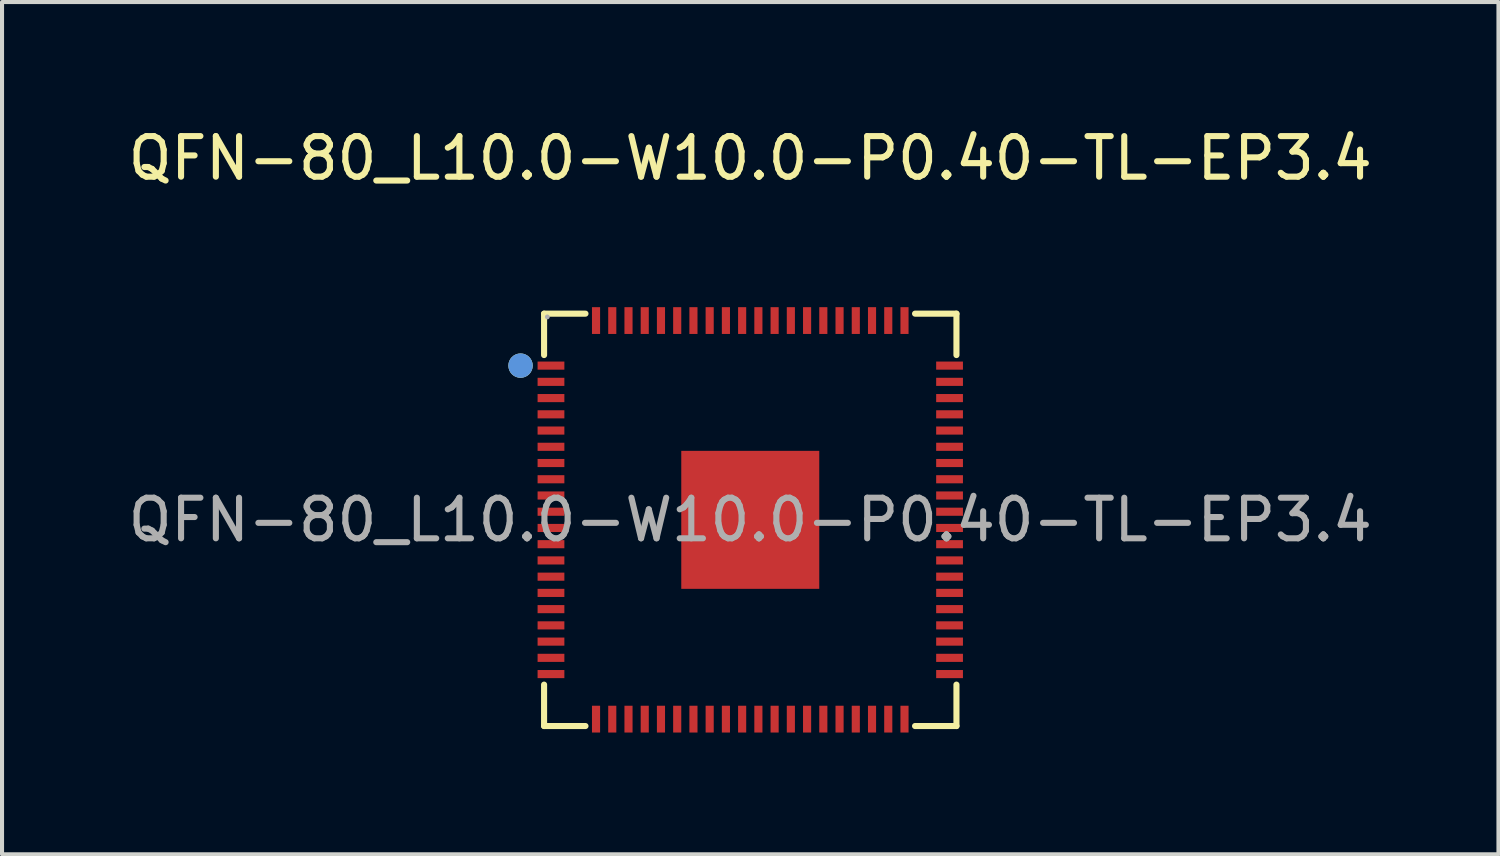
<source format=kicad_pcb>
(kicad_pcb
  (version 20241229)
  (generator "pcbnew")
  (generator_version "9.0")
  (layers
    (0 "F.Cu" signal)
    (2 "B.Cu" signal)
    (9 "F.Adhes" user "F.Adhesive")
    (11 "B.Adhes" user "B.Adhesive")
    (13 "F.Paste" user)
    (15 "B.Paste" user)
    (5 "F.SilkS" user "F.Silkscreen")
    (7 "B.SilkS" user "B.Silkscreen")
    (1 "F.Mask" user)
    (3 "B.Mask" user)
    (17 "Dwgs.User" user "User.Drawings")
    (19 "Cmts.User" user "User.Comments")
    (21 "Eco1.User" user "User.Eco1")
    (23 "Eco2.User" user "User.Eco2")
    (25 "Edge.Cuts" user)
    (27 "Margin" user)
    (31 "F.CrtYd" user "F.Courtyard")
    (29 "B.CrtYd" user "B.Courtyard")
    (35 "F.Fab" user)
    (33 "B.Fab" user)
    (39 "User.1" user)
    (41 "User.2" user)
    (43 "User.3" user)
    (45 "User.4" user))
  (footprint "QFN-80_L10.0-W10.0-P0.40-TL-EP3.4"
    (layer "F.Cu")
    (at 15.435 9.758)
    (property "Reference" "QFN-80_L10.0-W10.0-P0.40-TL-EP3.4" (at 0 -8.91 0) (layer "F.SilkS") (effects (font (size 1 1) (thickness 0.15))))
    (attr smd)
    (fp_line (start -5.08 -5.08) (end -4.06 -5.08) (stroke (width 0.15) (type solid)) (layer "F.SilkS"))
    (fp_line (start -5.08 -4.06) (end -5.08 -5.08) (stroke (width 0.15) (type solid)) (layer "F.SilkS"))
    (fp_line (start -5.08 4.06) (end -5.08 5.08) (stroke (width 0.15) (type solid)) (layer "F.SilkS"))
    (fp_line (start -5.08 5.08) (end -4.06 5.08) (stroke (width 0.15) (type solid)) (layer "F.SilkS"))
    (fp_line (start 5.08 -5.08) (end 4.06 -5.08) (stroke (width 0.15) (type solid)) (layer "F.SilkS"))
    (fp_line (start 5.08 -4.06) (end 5.08 -5.08) (stroke (width 0.15) (type solid)) (layer "F.SilkS"))
    (fp_line (start 5.08 4.06) (end 5.08 5.08) (stroke (width 0.15) (type solid)) (layer "F.SilkS"))
    (fp_line (start 5.08 5.08) (end 4.06 5.08) (stroke (width 0.15) (type solid)) (layer "F.SilkS"))
    (fp_circle (center -5.66 -3.8) (end -5.51 -3.8) (stroke (width 0.3) (type solid)) (fill no) (layer "F.SilkS"))
    (fp_circle (center -5.66 -3.8) (end -5.51 -3.8) (stroke (width 0.3) (type solid)) (fill no) (layer "Cmts.User"))
    (fp_circle (center -5 -5) (end -4.97 -5) (stroke (width 0.06) (type solid)) (fill no) (layer "F.Fab"))
    (fp_text user "${REFERENCE}" (at 0 0 0) (layer "F.Fab") (effects (font (size 1 1) (thickness 0.15))))
    (pad "1" smd rect (at -4.91 -3.8) (size 0.66 0.2) (layers "F.Cu" "F.Mask" "F.Paste"))
    (pad "2" smd rect (at -4.91 -3.4) (size 0.66 0.2) (layers "F.Cu" "F.Mask" "F.Paste"))
    (pad "3" smd rect (at -4.91 -3) (size 0.66 0.2) (layers "F.Cu" "F.Mask" "F.Paste"))
    (pad "4" smd rect (at -4.91 -2.6) (size 0.66 0.2) (layers "F.Cu" "F.Mask" "F.Paste"))
    (pad "5" smd rect (at -4.91 -2.2) (size 0.66 0.2) (layers "F.Cu" "F.Mask" "F.Paste"))
    (pad "6" smd rect (at -4.91 -1.8) (size 0.66 0.2) (layers "F.Cu" "F.Mask" "F.Paste"))
    (pad "7" smd rect (at -4.91 -1.4) (size 0.66 0.2) (layers "F.Cu" "F.Mask" "F.Paste"))
    (pad "8" smd rect (at -4.91 -1) (size 0.66 0.2) (layers "F.Cu" "F.Mask" "F.Paste"))
    (pad "9" smd rect (at -4.91 -0.6) (size 0.66 0.2) (layers "F.Cu" "F.Mask" "F.Paste"))
    (pad "10" smd rect (at -4.91 -0.2) (size 0.66 0.2) (layers "F.Cu" "F.Mask" "F.Paste"))
    (pad "11" smd rect (at -4.91 0.2) (size 0.66 0.2) (layers "F.Cu" "F.Mask" "F.Paste"))
    (pad "12" smd rect (at -4.91 0.6) (size 0.66 0.2) (layers "F.Cu" "F.Mask" "F.Paste"))
    (pad "13" smd rect (at -4.91 1) (size 0.66 0.2) (layers "F.Cu" "F.Mask" "F.Paste"))
    (pad "14" smd rect (at -4.91 1.4) (size 0.66 0.2) (layers "F.Cu" "F.Mask" "F.Paste"))
    (pad "15" smd rect (at -4.91 1.8) (size 0.66 0.2) (layers "F.Cu" "F.Mask" "F.Paste"))
    (pad "16" smd rect (at -4.91 2.2) (size 0.66 0.2) (layers "F.Cu" "F.Mask" "F.Paste"))
    (pad "17" smd rect (at -4.91 2.6) (size 0.66 0.2) (layers "F.Cu" "F.Mask" "F.Paste"))
    (pad "18" smd rect (at -4.91 3) (size 0.66 0.2) (layers "F.Cu" "F.Mask" "F.Paste"))
    (pad "19" smd rect (at -4.91 3.4) (size 0.66 0.2) (layers "F.Cu" "F.Mask" "F.Paste"))
    (pad "20" smd rect (at -4.91 3.8) (size 0.66 0.2) (layers "F.Cu" "F.Mask" "F.Paste"))
    (pad "21" smd rect (at -3.8 4.91) (size 0.2 0.66) (layers "F.Cu" "F.Mask" "F.Paste"))
    (pad "22" smd rect (at -3.4 4.91) (size 0.2 0.66) (layers "F.Cu" "F.Mask" "F.Paste"))
    (pad "23" smd rect (at -3 4.91) (size 0.2 0.66) (layers "F.Cu" "F.Mask" "F.Paste"))
    (pad "24" smd rect (at -2.6 4.91) (size 0.2 0.66) (layers "F.Cu" "F.Mask" "F.Paste"))
    (pad "25" smd rect (at -2.2 4.91) (size 0.2 0.66) (layers "F.Cu" "F.Mask" "F.Paste"))
    (pad "26" smd rect (at -1.8 4.91) (size 0.2 0.66) (layers "F.Cu" "F.Mask" "F.Paste"))
    (pad "27" smd rect (at -1.4 4.91) (size 0.2 0.66) (layers "F.Cu" "F.Mask" "F.Paste"))
    (pad "28" smd rect (at -1 4.91) (size 0.2 0.66) (layers "F.Cu" "F.Mask" "F.Paste"))
    (pad "29" smd rect (at -0.6 4.91) (size 0.2 0.66) (layers "F.Cu" "F.Mask" "F.Paste"))
    (pad "30" smd rect (at -0.2 4.91) (size 0.2 0.66) (layers "F.Cu" "F.Mask" "F.Paste"))
    (pad "31" smd rect (at 0.2 4.91) (size 0.2 0.66) (layers "F.Cu" "F.Mask" "F.Paste"))
    (pad "32" smd rect (at 0.6 4.91) (size 0.2 0.66) (layers "F.Cu" "F.Mask" "F.Paste"))
    (pad "33" smd rect (at 1 4.91) (size 0.2 0.66) (layers "F.Cu" "F.Mask" "F.Paste"))
    (pad "34" smd rect (at 1.4 4.91) (size 0.2 0.66) (layers "F.Cu" "F.Mask" "F.Paste"))
    (pad "35" smd rect (at 1.8 4.91) (size 0.2 0.66) (layers "F.Cu" "F.Mask" "F.Paste"))
    (pad "36" smd rect (at 2.2 4.91) (size 0.2 0.66) (layers "F.Cu" "F.Mask" "F.Paste"))
    (pad "37" smd rect (at 2.6 4.91) (size 0.2 0.66) (layers "F.Cu" "F.Mask" "F.Paste"))
    (pad "38" smd rect (at 3 4.91) (size 0.2 0.66) (layers "F.Cu" "F.Mask" "F.Paste"))
    (pad "39" smd rect (at 3.4 4.91) (size 0.2 0.66) (layers "F.Cu" "F.Mask" "F.Paste"))
    (pad "40" smd rect (at 3.8 4.91) (size 0.2 0.66) (layers "F.Cu" "F.Mask" "F.Paste"))
    (pad "41" smd rect (at 4.91 3.8) (size 0.66 0.2) (layers "F.Cu" "F.Mask" "F.Paste"))
    (pad "42" smd rect (at 4.91 3.4) (size 0.66 0.2) (layers "F.Cu" "F.Mask" "F.Paste"))
    (pad "43" smd rect (at 4.91 3) (size 0.66 0.2) (layers "F.Cu" "F.Mask" "F.Paste"))
    (pad "44" smd rect (at 4.91 2.6) (size 0.66 0.2) (layers "F.Cu" "F.Mask" "F.Paste"))
    (pad "45" smd rect (at 4.91 2.2) (size 0.66 0.2) (layers "F.Cu" "F.Mask" "F.Paste"))
    (pad "46" smd rect (at 4.91 1.8) (size 0.66 0.2) (layers "F.Cu" "F.Mask" "F.Paste"))
    (pad "47" smd rect (at 4.91 1.4) (size 0.66 0.2) (layers "F.Cu" "F.Mask" "F.Paste"))
    (pad "48" smd rect (at 4.91 1) (size 0.66 0.2) (layers "F.Cu" "F.Mask" "F.Paste"))
    (pad "49" smd rect (at 4.91 0.6) (size 0.66 0.2) (layers "F.Cu" "F.Mask" "F.Paste"))
    (pad "50" smd rect (at 4.91 0.2) (size 0.66 0.2) (layers "F.Cu" "F.Mask" "F.Paste"))
    (pad "51" smd rect (at 4.91 -0.2) (size 0.66 0.2) (layers "F.Cu" "F.Mask" "F.Paste"))
    (pad "52" smd rect (at 4.91 -0.6) (size 0.66 0.2) (layers "F.Cu" "F.Mask" "F.Paste"))
    (pad "53" smd rect (at 4.91 -1) (size 0.66 0.2) (layers "F.Cu" "F.Mask" "F.Paste"))
    (pad "54" smd rect (at 4.91 -1.4) (size 0.66 0.2) (layers "F.Cu" "F.Mask" "F.Paste"))
    (pad "55" smd rect (at 4.91 -1.8) (size 0.66 0.2) (layers "F.Cu" "F.Mask" "F.Paste"))
    (pad "56" smd rect (at 4.91 -2.2) (size 0.66 0.2) (layers "F.Cu" "F.Mask" "F.Paste"))
    (pad "57" smd rect (at 4.91 -2.6) (size 0.66 0.2) (layers "F.Cu" "F.Mask" "F.Paste"))
    (pad "58" smd rect (at 4.91 -3) (size 0.66 0.2) (layers "F.Cu" "F.Mask" "F.Paste"))
    (pad "59" smd rect (at 4.91 -3.4) (size 0.66 0.2) (layers "F.Cu" "F.Mask" "F.Paste"))
    (pad "60" smd rect (at 4.91 -3.8) (size 0.66 0.2) (layers "F.Cu" "F.Mask" "F.Paste"))
    (pad "61" smd rect (at 3.8 -4.91) (size 0.2 0.66) (layers "F.Cu" "F.Mask" "F.Paste"))
    (pad "62" smd rect (at 3.4 -4.91) (size 0.2 0.66) (layers "F.Cu" "F.Mask" "F.Paste"))
    (pad "63" smd rect (at 3 -4.91) (size 0.2 0.66) (layers "F.Cu" "F.Mask" "F.Paste"))
    (pad "64" smd rect (at 2.6 -4.91) (size 0.2 0.66) (layers "F.Cu" "F.Mask" "F.Paste"))
    (pad "65" smd rect (at 2.2 -4.91) (size 0.2 0.66) (layers "F.Cu" "F.Mask" "F.Paste"))
    (pad "66" smd rect (at 1.8 -4.91) (size 0.2 0.66) (layers "F.Cu" "F.Mask" "F.Paste"))
    (pad "67" smd rect (at 1.4 -4.91) (size 0.2 0.66) (layers "F.Cu" "F.Mask" "F.Paste"))
    (pad "68" smd rect (at 1 -4.91) (size 0.2 0.66) (layers "F.Cu" "F.Mask" "F.Paste"))
    (pad "69" smd rect (at 0.6 -4.91) (size 0.2 0.66) (layers "F.Cu" "F.Mask" "F.Paste"))
    (pad "70" smd rect (at 0.2 -4.91) (size 0.2 0.66) (layers "F.Cu" "F.Mask" "F.Paste"))
    (pad "71" smd rect (at -0.2 -4.91) (size 0.2 0.66) (layers "F.Cu" "F.Mask" "F.Paste"))
    (pad "72" smd rect (at -0.6 -4.91) (size 0.2 0.66) (layers "F.Cu" "F.Mask" "F.Paste"))
    (pad "73" smd rect (at -1 -4.91) (size 0.2 0.66) (layers "F.Cu" "F.Mask" "F.Paste"))
    (pad "74" smd rect (at -1.4 -4.91) (size 0.2 0.66) (layers "F.Cu" "F.Mask" "F.Paste"))
    (pad "75" smd rect (at -1.8 -4.91) (size 0.2 0.66) (layers "F.Cu" "F.Mask" "F.Paste"))
    (pad "76" smd rect (at -2.2 -4.91) (size 0.2 0.66) (layers "F.Cu" "F.Mask" "F.Paste"))
    (pad "77" smd rect (at -2.6 -4.91) (size 0.2 0.66) (layers "F.Cu" "F.Mask" "F.Paste"))
    (pad "78" smd rect (at -3 -4.91) (size 0.2 0.66) (layers "F.Cu" "F.Mask" "F.Paste"))
    (pad "79" smd rect (at -3.4 -4.91) (size 0.2 0.66) (layers "F.Cu" "F.Mask" "F.Paste"))
    (pad "80" smd rect (at -3.8 -4.91) (size 0.2 0.66) (layers "F.Cu" "F.Mask" "F.Paste"))
    (pad "81" smd rect (at 0 0) (size 3.4 3.4) (layers "F.Cu" "F.Mask" "F.Paste")))
  (gr_rect
    (start -3 -3)
    (end 33.869 17.998)
    (stroke (width 0.1) (type default))
    (fill no)
    (layer "Edge.Cuts")))
</source>
